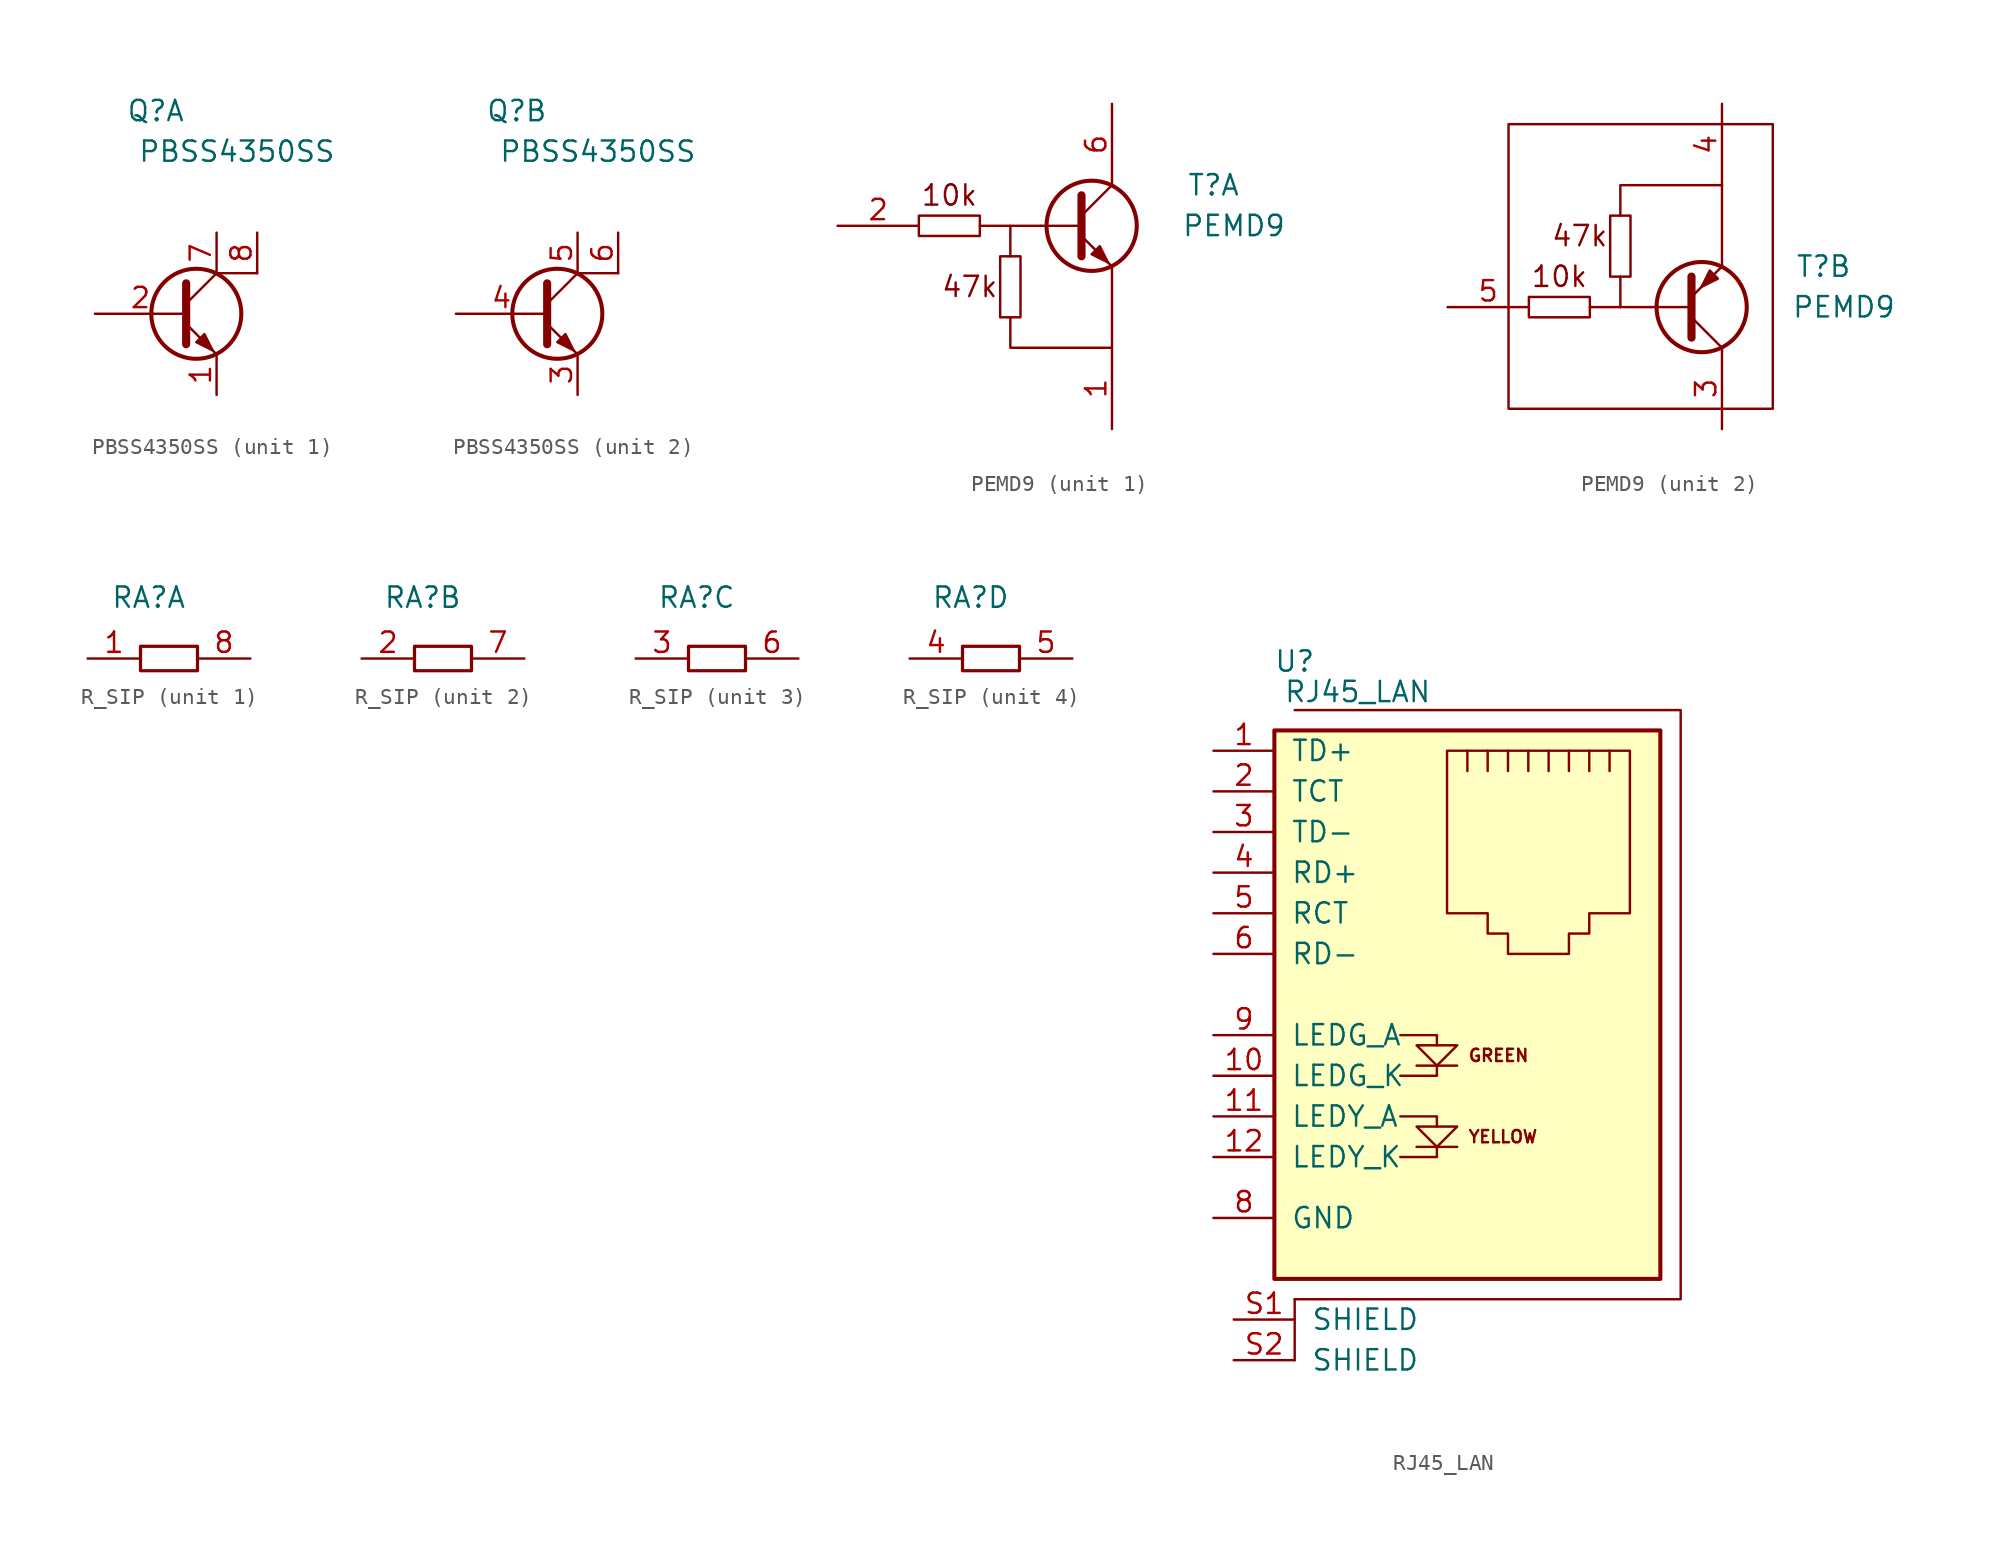
<source format=kicad_sym>
(kicad_symbol_lib
  (version 20211014)
  (generator kicad_symbol_editor)
  (symbol "PBSS4350SS"
    (pin_names
      (offset 1.016))
    (property "Reference" "Q"
      (at -2.54 5.08 0)
      (effects (font (size 1.27 1.27))))
    (property "Value" "PBSS4350SS"
      (at 2.54 2.54 0)
      (effects (font (size 1.27 1.27))))
    (property "ki_locked" ""
      (at 0 0 0)
      (effects (font (size 1.27 1.27))))
    (symbol "PBSS4350SS_1_1"
      (circle (center 0 -7.62) (radius 2.819) (stroke (width 0.254) (type default) (color 0 0 0 0)) (fill (type none)))
      (polyline (pts (xy -0.635 -6.985) (xy 1.27 -5.08)) (stroke (width 0) (type default) (color 0 0 0 0)) (fill (type none)))
      (polyline (pts (xy 3.81 -5.08) (xy 1.27 -5.08)) (stroke (width 0) (type default) (color 0 0 0 0)) (fill (type none)))
      (polyline (pts (xy -0.635 -8.255) (xy 1.27 -10.16) (xy 1.27 -10.16)) (stroke (width 0) (type default) (color 0 0 0 0)) (fill (type none)))
      (polyline (pts (xy -0.635 -5.715) (xy -0.635 -9.525) (xy -0.635 -9.525)) (stroke (width 0.508) (type default) (color 0 0 0 0)) (fill (type none)))
      (polyline (pts (xy 0 -9.398) (xy 0.508 -8.89) (xy 1.016 -9.906) (xy 0 -9.398) (xy 0 -9.398)) (stroke (width 0) (type default) (color 0 0 0 0)) (fill (type outline)))
      (pin passive line (at 1.27 -12.7 90) (length 2.54) (name "~" (effects (font (size 1.27 1.27)))) (number "1" (effects (font (size 1.27 1.27)))))
      (pin passive line (at -6.35 -7.62 0) (length 5.715) (name "~" (effects (font (size 1.27 1.27)))) (number "2" (effects (font (size 1.27 1.27)))))
      (pin passive line (at 1.27 -2.54 270) (length 2.54) (name "~" (effects (font (size 1.27 1.27)))) (number "7" (effects (font (size 1.27 1.27)))))
      (pin passive line (at 3.81 -2.54 270) (length 2.54) (name "~" (effects (font (size 1.27 1.27)))) (number "8" (effects (font (size 1.27 1.27))))))
    (symbol "PBSS4350SS_2_1"
      (circle (center 0 -7.62) (radius 2.819) (stroke (width 0.254) (type default) (color 0 0 0 0)) (fill (type none)))
      (polyline (pts (xy -0.635 -6.985) (xy 1.27 -5.08)) (stroke (width 0) (type default) (color 0 0 0 0)) (fill (type none)))
      (polyline (pts (xy 3.81 -5.08) (xy 1.27 -5.08)) (stroke (width 0) (type default) (color 0 0 0 0)) (fill (type none)))
      (polyline (pts (xy -0.635 -8.255) (xy 1.27 -10.16) (xy 1.27 -10.16)) (stroke (width 0) (type default) (color 0 0 0 0)) (fill (type none)))
      (polyline (pts (xy -0.635 -5.715) (xy -0.635 -9.525) (xy -0.635 -9.525)) (stroke (width 0.508) (type default) (color 0 0 0 0)) (fill (type none)))
      (polyline (pts (xy 0 -9.398) (xy 0.508 -8.89) (xy 1.016 -9.906) (xy 0 -9.398) (xy 0 -9.398)) (stroke (width 0) (type default) (color 0 0 0 0)) (fill (type outline)))
      (pin passive line (at 1.27 -12.7 90) (length 2.54) (name "~" (effects (font (size 1.27 1.27)))) (number "3" (effects (font (size 1.27 1.27)))))
      (pin passive line (at -6.35 -7.62 0) (length 5.715) (name "~" (effects (font (size 1.27 1.27)))) (number "4" (effects (font (size 1.27 1.27)))))
      (pin passive line (at 1.27 -2.54 270) (length 2.54) (name "~" (effects (font (size 1.27 1.27)))) (number "5" (effects (font (size 1.27 1.27)))))
      (pin passive line (at 3.81 -2.54 270) (length 2.54) (name "~" (effects (font (size 1.27 1.27)))) (number "6" (effects (font (size 1.27 1.27)))))))
  (symbol "PEMD9"
    (pin_names
      (offset 1.016))
    (property "Reference" "T"
      (at 7.62 2.54 0)
      (effects (font (size 1.27 1.27))))
    (property "Value" "PEMD9"
      (at 8.89 0 0)
      (effects (font (size 1.27 1.27))))
    (property "ki_locked" ""
      (at 0 0 0)
      (effects (font (size 1.27 1.27))))
    (symbol "PEMD9_0_0"
      (text "10k" (at -8.89 1.905 0) (effects (font (size 1.27 1.27)))))
    (symbol "PEMD9_0_1"
      (rectangle (start -10.795 0.635) (end -6.985 -0.635) (stroke (width 0) (type default) (color 0 0 0 0)) (fill (type none)))
      (polyline (pts (xy -3.175 0) (xy -6.985 0)) (stroke (width 0) (type default) (color 0 0 0 0)) (fill (type none)))
      (polyline (pts (xy -3.175 0) (xy -0.635 0)) (stroke (width 0) (type default) (color 0 0 0 0)) (fill (type none))))
    (symbol "PEMD9_1_0"
      (text "47k" (at -7.62 -3.81 0) (effects (font (size 1.27 1.27)))))
    (symbol "PEMD9_1_1"
      (rectangle (start -5.715 -5.715) (end -4.445 -1.905) (stroke (width 0) (type default) (color 0 0 0 0)) (fill (type none)))
      (polyline (pts (xy -5.08 -1.905) (xy -5.08 0)) (stroke (width 0) (type default) (color 0 0 0 0)) (fill (type none)))
      (polyline (pts (xy -0.635 0.635) (xy 1.27 2.54)) (stroke (width 0) (type default) (color 0 0 0 0)) (fill (type none)))
      (polyline (pts (xy -0.635 -0.635) (xy 1.27 -2.54) (xy 1.27 -2.54)) (stroke (width 0) (type default) (color 0 0 0 0)) (fill (type none)))
      (polyline (pts (xy -0.635 1.905) (xy -0.635 -1.905) (xy -0.635 -1.905)) (stroke (width 0.508) (type default) (color 0 0 0 0)) (fill (type none)))
      (polyline (pts (xy -5.08 -5.715) (xy -5.08 -7.62) (xy 1.27 -7.62) (xy 1.27 -2.54)) (stroke (width 0) (type default) (color 0 0 0 0)) (fill (type none)))
      (polyline (pts (xy 0 -1.778) (xy 0.508 -1.27) (xy 1.016 -2.286) (xy 0 -1.778) (xy 0 -1.778)) (stroke (width 0) (type default) (color 0 0 0 0)) (fill (type outline)))
      (circle (center 0 0) (radius 2.819) (stroke (width 0.254) (type default) (color 0 0 0 0)) (fill (type none)))
      (pin input line (at 1.27 -12.7 90) (length 5.08) (name "~" (effects (font (size 1.27 1.27)))) (number "1" (effects (font (size 1.27 1.27)))))
      (pin input line (at -15.875 0 0) (length 5.08) (name "~" (effects (font (size 1.27 1.27)))) (number "2" (effects (font (size 1.27 1.27)))))
      (pin input line (at 1.27 7.62 270) (length 5.08) (name "~" (effects (font (size 1.27 1.27)))) (number "6" (effects (font (size 1.27 1.27))))))
    (symbol "PEMD9_2_0"
      (text "47k" (at -7.62 4.445 0) (effects (font (size 1.27 1.27)))))
    (symbol "PEMD9_2_1"
      (rectangle (start -12.065 11.43) (end 4.445 -6.35) (stroke (width 0) (type default) (color 0 0 0 0)) (fill (type none)))
      (rectangle (start -5.715 1.905) (end -4.445 5.715) (stroke (width 0) (type default) (color 0 0 0 0)) (fill (type none)))
      (polyline (pts (xy -5.08 1.905) (xy -5.08 0)) (stroke (width 0) (type default) (color 0 0 0 0)) (fill (type none)))
      (polyline (pts (xy -0.635 -0.635) (xy 1.27 -2.54)) (stroke (width 0) (type default) (color 0 0 0 0)) (fill (type none)))
      (polyline (pts (xy 1.27 7.62) (xy 1.27 2.54)) (stroke (width 0) (type default) (color 0 0 0 0)) (fill (type none)))
      (polyline (pts (xy -5.08 5.715) (xy -5.08 7.62) (xy 1.27 7.62)) (stroke (width 0) (type default) (color 0 0 0 0)) (fill (type none)))
      (polyline (pts (xy -0.635 -1.905) (xy -0.635 1.905) (xy -0.635 1.905)) (stroke (width 0.508) (type default) (color 0 0 0 0)) (fill (type none)))
      (polyline (pts (xy -0.635 0.635) (xy 1.27 2.54) (xy 1.27 2.54)) (stroke (width 0) (type default) (color 0 0 0 0)) (fill (type none)))
      (polyline (pts (xy 1.016 1.778) (xy 0.508 2.286) (xy 0 1.27) (xy 1.016 1.778) (xy 1.016 1.778)) (stroke (width 0) (type default) (color 0 0 0 0)) (fill (type outline)))
      (circle (center 0 0) (radius 2.819) (stroke (width 0.254) (type default) (color 0 0 0 0)) (fill (type none)))
      (pin input line (at 1.27 -7.62 90) (length 5.08) (name "~" (effects (font (size 1.27 1.27)))) (number "3" (effects (font (size 1.27 1.27)))))
      (pin input line (at 1.27 12.7 270) (length 5.08) (name "~" (effects (font (size 1.27 1.27)))) (number "4" (effects (font (size 1.27 1.27)))))
      (pin input line (at -15.875 0 0) (length 5.08) (name "~" (effects (font (size 1.27 1.27)))) (number "5" (effects (font (size 1.27 1.27)))))))
  (symbol "R_SIP"
    (pin_names
      (offset 1.016))
    (property "Reference" "RA"
      (at -1.27 3.81 0)
      (effects (font (size 1.27 1.27))))
    (symbol "R_SIP_1_1"
      (rectangle (start -1.778 -0.762) (end 1.778 0.762) (stroke (width 0.203) (type default) (color 0 0 0 0)) (fill (type none)))
      (pin passive line (at -5.08 0 0) (length 3.302) (name "~" (effects (font (size 1.27 1.27)))) (number "1" (effects (font (size 1.27 1.27)))))
      (pin passive line (at 5.08 0 180) (length 3.302) (name "~" (effects (font (size 1.27 1.27)))) (number "8" (effects (font (size 1.27 1.27))))))
    (symbol "R_SIP_2_1"
      (rectangle (start -1.778 -0.762) (end 1.778 0.762) (stroke (width 0.203) (type default) (color 0 0 0 0)) (fill (type none)))
      (pin passive line (at -5.08 0 0) (length 3.302) (name "~" (effects (font (size 1.27 1.27)))) (number "2" (effects (font (size 1.27 1.27)))))
      (pin passive line (at 5.08 0 180) (length 3.302) (name "~" (effects (font (size 1.27 1.27)))) (number "7" (effects (font (size 1.27 1.27))))))
    (symbol "R_SIP_3_1"
      (rectangle (start -1.778 -0.762) (end 1.778 0.762) (stroke (width 0.203) (type default) (color 0 0 0 0)) (fill (type none)))
      (pin passive line (at -5.08 0 0) (length 3.302) (name "~" (effects (font (size 1.27 1.27)))) (number "3" (effects (font (size 1.27 1.27)))))
      (pin passive line (at 5.08 0 180) (length 3.302) (name "~" (effects (font (size 1.27 1.27)))) (number "6" (effects (font (size 1.27 1.27))))))
    (symbol "R_SIP_4_1"
      (rectangle (start -1.778 -0.762) (end 1.778 0.762) (stroke (width 0.203) (type default) (color 0 0 0 0)) (fill (type none)))
      (pin passive line (at -5.08 0 0) (length 3.302) (name "~" (effects (font (size 1.27 1.27)))) (number "4" (effects (font (size 1.27 1.27)))))
      (pin passive line (at 5.08 0 180) (length 3.302) (name "~" (effects (font (size 1.27 1.27)))) (number "5" (effects (font (size 1.27 1.27)))))))
  (symbol "RJ45_LAN"
    (pin_names
      (offset 1.016))
    (property "Reference" "U"
      (at -7.62 19.558 0)
      (effects (font (size 1.27 1.27))))
    (property "Value" "RJ45_LAN"
      (at -3.683 17.653 0)
      (effects (font (size 1.27 1.27))))
    (symbol "RJ45_LAN_0_1"
      (polyline (pts (xy -7.62 -21.59) (xy -7.62 -24.13)) (stroke (width 0) (type default) (color 0 0 0 0)) (fill (type none)))
      (polyline (pts (xy -7.62 -21.59) (xy -7.62 -20.32)) (stroke (width 0) (type default) (color 0 0 0 0)) (fill (type none)))
      (polyline (pts (xy -7.62 16.51) (xy 16.51 16.51) (xy 16.51 -20.32) (xy -7.62 -20.32)) (stroke (width 0) (type default) (color 0 0 0 0)) (fill (type none))))
    (symbol "RJ45_LAN_1_1"
      (rectangle (start -8.89 -19.05) (end 15.24 15.24) (stroke (width 0.254) (type default) (color 0 0 0 0)) (fill (type background)))
      (polyline (pts (xy 2.54 -10.795) (xy 0 -10.795)) (stroke (width 0) (type default) (color 0 0 0 0)) (fill (type none)))
      (polyline (pts (xy 2.54 -5.715) (xy 0 -5.715)) (stroke (width 0) (type default) (color 0 0 0 0)) (fill (type none)))
      (polyline (pts (xy 3.175 12.7) (xy 3.175 13.97)) (stroke (width 0) (type default) (color 0 0 0 0)) (fill (type none)))
      (polyline (pts (xy 4.445 13.97) (xy 4.445 12.7)) (stroke (width 0) (type default) (color 0 0 0 0)) (fill (type none)))
      (polyline (pts (xy 5.715 13.97) (xy 5.715 12.7)) (stroke (width 0) (type default) (color 0 0 0 0)) (fill (type none)))
      (polyline (pts (xy 6.985 13.97) (xy 6.985 12.7)) (stroke (width 0) (type default) (color 0 0 0 0)) (fill (type none)))
      (polyline (pts (xy 8.255 13.97) (xy 8.255 12.7)) (stroke (width 0) (type default) (color 0 0 0 0)) (fill (type none)))
      (polyline (pts (xy 9.525 13.97) (xy 9.525 12.7)) (stroke (width 0) (type default) (color 0 0 0 0)) (fill (type none)))
      (polyline (pts (xy 10.795 12.7) (xy 10.795 13.97)) (stroke (width 0) (type default) (color 0 0 0 0)) (fill (type none)))
      (polyline (pts (xy 12.065 12.7) (xy 12.065 13.97)) (stroke (width 0) (type default) (color 0 0 0 0)) (fill (type none)))
      (polyline (pts (xy -1.016 -11.43) (xy 1.27 -11.43) (xy 1.27 -10.795)) (stroke (width 0) (type default) (color 0 0 0 0)) (fill (type none)))
      (polyline (pts (xy -1.016 -8.89) (xy 1.27 -8.89) (xy 1.27 -9.525)) (stroke (width 0) (type default) (color 0 0 0 0)) (fill (type none)))
      (polyline (pts (xy -1.016 -3.81) (xy 1.27 -3.81) (xy 1.27 -4.445)) (stroke (width 0) (type default) (color 0 0 0 0)) (fill (type none)))
      (polyline (pts (xy 1.27 -5.715) (xy 1.27 -6.35) (xy -1.016 -6.35)) (stroke (width 0) (type default) (color 0 0 0 0)) (fill (type none)))
      (polyline (pts (xy 0 -4.445) (xy 2.54 -4.445) (xy 1.27 -5.715) (xy 0 -4.445)) (stroke (width 0) (type default) (color 0 0 0 0)) (fill (type none)))
      (polyline (pts (xy 2.54 -9.525) (xy 0 -9.525) (xy 1.27 -10.795) (xy 2.54 -9.525)) (stroke (width 0) (type default) (color 0 0 0 0)) (fill (type none)))
      (polyline (pts (xy 1.905 13.97) (xy 13.335 13.97) (xy 13.335 3.81) (xy 10.795 3.81) (xy 10.795 2.54) (xy 9.525 2.54) (xy 9.525 1.27) (xy 5.715 1.27) (xy 5.715 2.54) (xy 4.445 2.54) (xy 4.445 3.81) (xy 1.905 3.81) (xy 1.905 13.97)) (stroke (width 0) (type default) (color 0 0 0 0)) (fill (type none)))
      (text "GREEN" (at 3.175 -5.08 0) (effects (font (size 0.762 0.762)) (justify left)))
      (text "YELLOW" (at 3.175 -10.16 0) (effects (font (size 0.762 0.762)) (justify left)))
      (pin passive line (at -12.7 13.97 0) (length 3.81) (name "TD+" (effects (font (size 1.27 1.27)))) (number "1" (effects (font (size 1.27 1.27)))))
      (pin passive line (at -12.7 -6.35 0) (length 3.81) (name "LEDG_K" (effects (font (size 1.27 1.27)))) (number "10" (effects (font (size 1.27 1.27)))))
      (pin passive line (at -12.7 -8.89 0) (length 3.81) (name "LEDY_A" (effects (font (size 1.27 1.27)))) (number "11" (effects (font (size 1.27 1.27)))))
      (pin passive line (at -12.7 -11.43 0) (length 3.81) (name "LEDY_K" (effects (font (size 1.27 1.27)))) (number "12" (effects (font (size 1.27 1.27)))))
      (pin passive line (at -12.7 11.43 0) (length 3.81) (name "TCT" (effects (font (size 1.27 1.27)))) (number "2" (effects (font (size 1.27 1.27)))))
      (pin passive line (at -12.7 8.89 0) (length 3.81) (name "TD-" (effects (font (size 1.27 1.27)))) (number "3" (effects (font (size 1.27 1.27)))))
      (pin passive line (at -12.7 6.35 0) (length 3.81) (name "RD+" (effects (font (size 1.27 1.27)))) (number "4" (effects (font (size 1.27 1.27)))))
      (pin passive line (at -12.7 3.81 0) (length 3.81) (name "RCT" (effects (font (size 1.27 1.27)))) (number "5" (effects (font (size 1.27 1.27)))))
      (pin passive line (at -12.7 1.27 0) (length 3.81) (name "RD-" (effects (font (size 1.27 1.27)))) (number "6" (effects (font (size 1.27 1.27)))))
      (pin power_in line (at -12.7 -15.24 0) (length 3.81) (name "GND" (effects (font (size 1.27 1.27)))) (number "8" (effects (font (size 1.27 1.27)))))
      (pin passive line (at -12.7 -3.81 0) (length 3.81) (name "LEDG_A" (effects (font (size 1.27 1.27)))) (number "9" (effects (font (size 1.27 1.27)))))
      (pin passive line (at -11.43 -21.59 0) (length 3.81) (name "SHIELD" (effects (font (size 1.27 1.27)))) (number "S1" (effects (font (size 1.27 1.27)))))
      (pin passive line (at -11.43 -24.13 0) (length 3.81) (name "SHIELD" (effects (font (size 1.27 1.27)))) (number "S2" (effects (font (size 1.27 1.27))))))))
</source>
